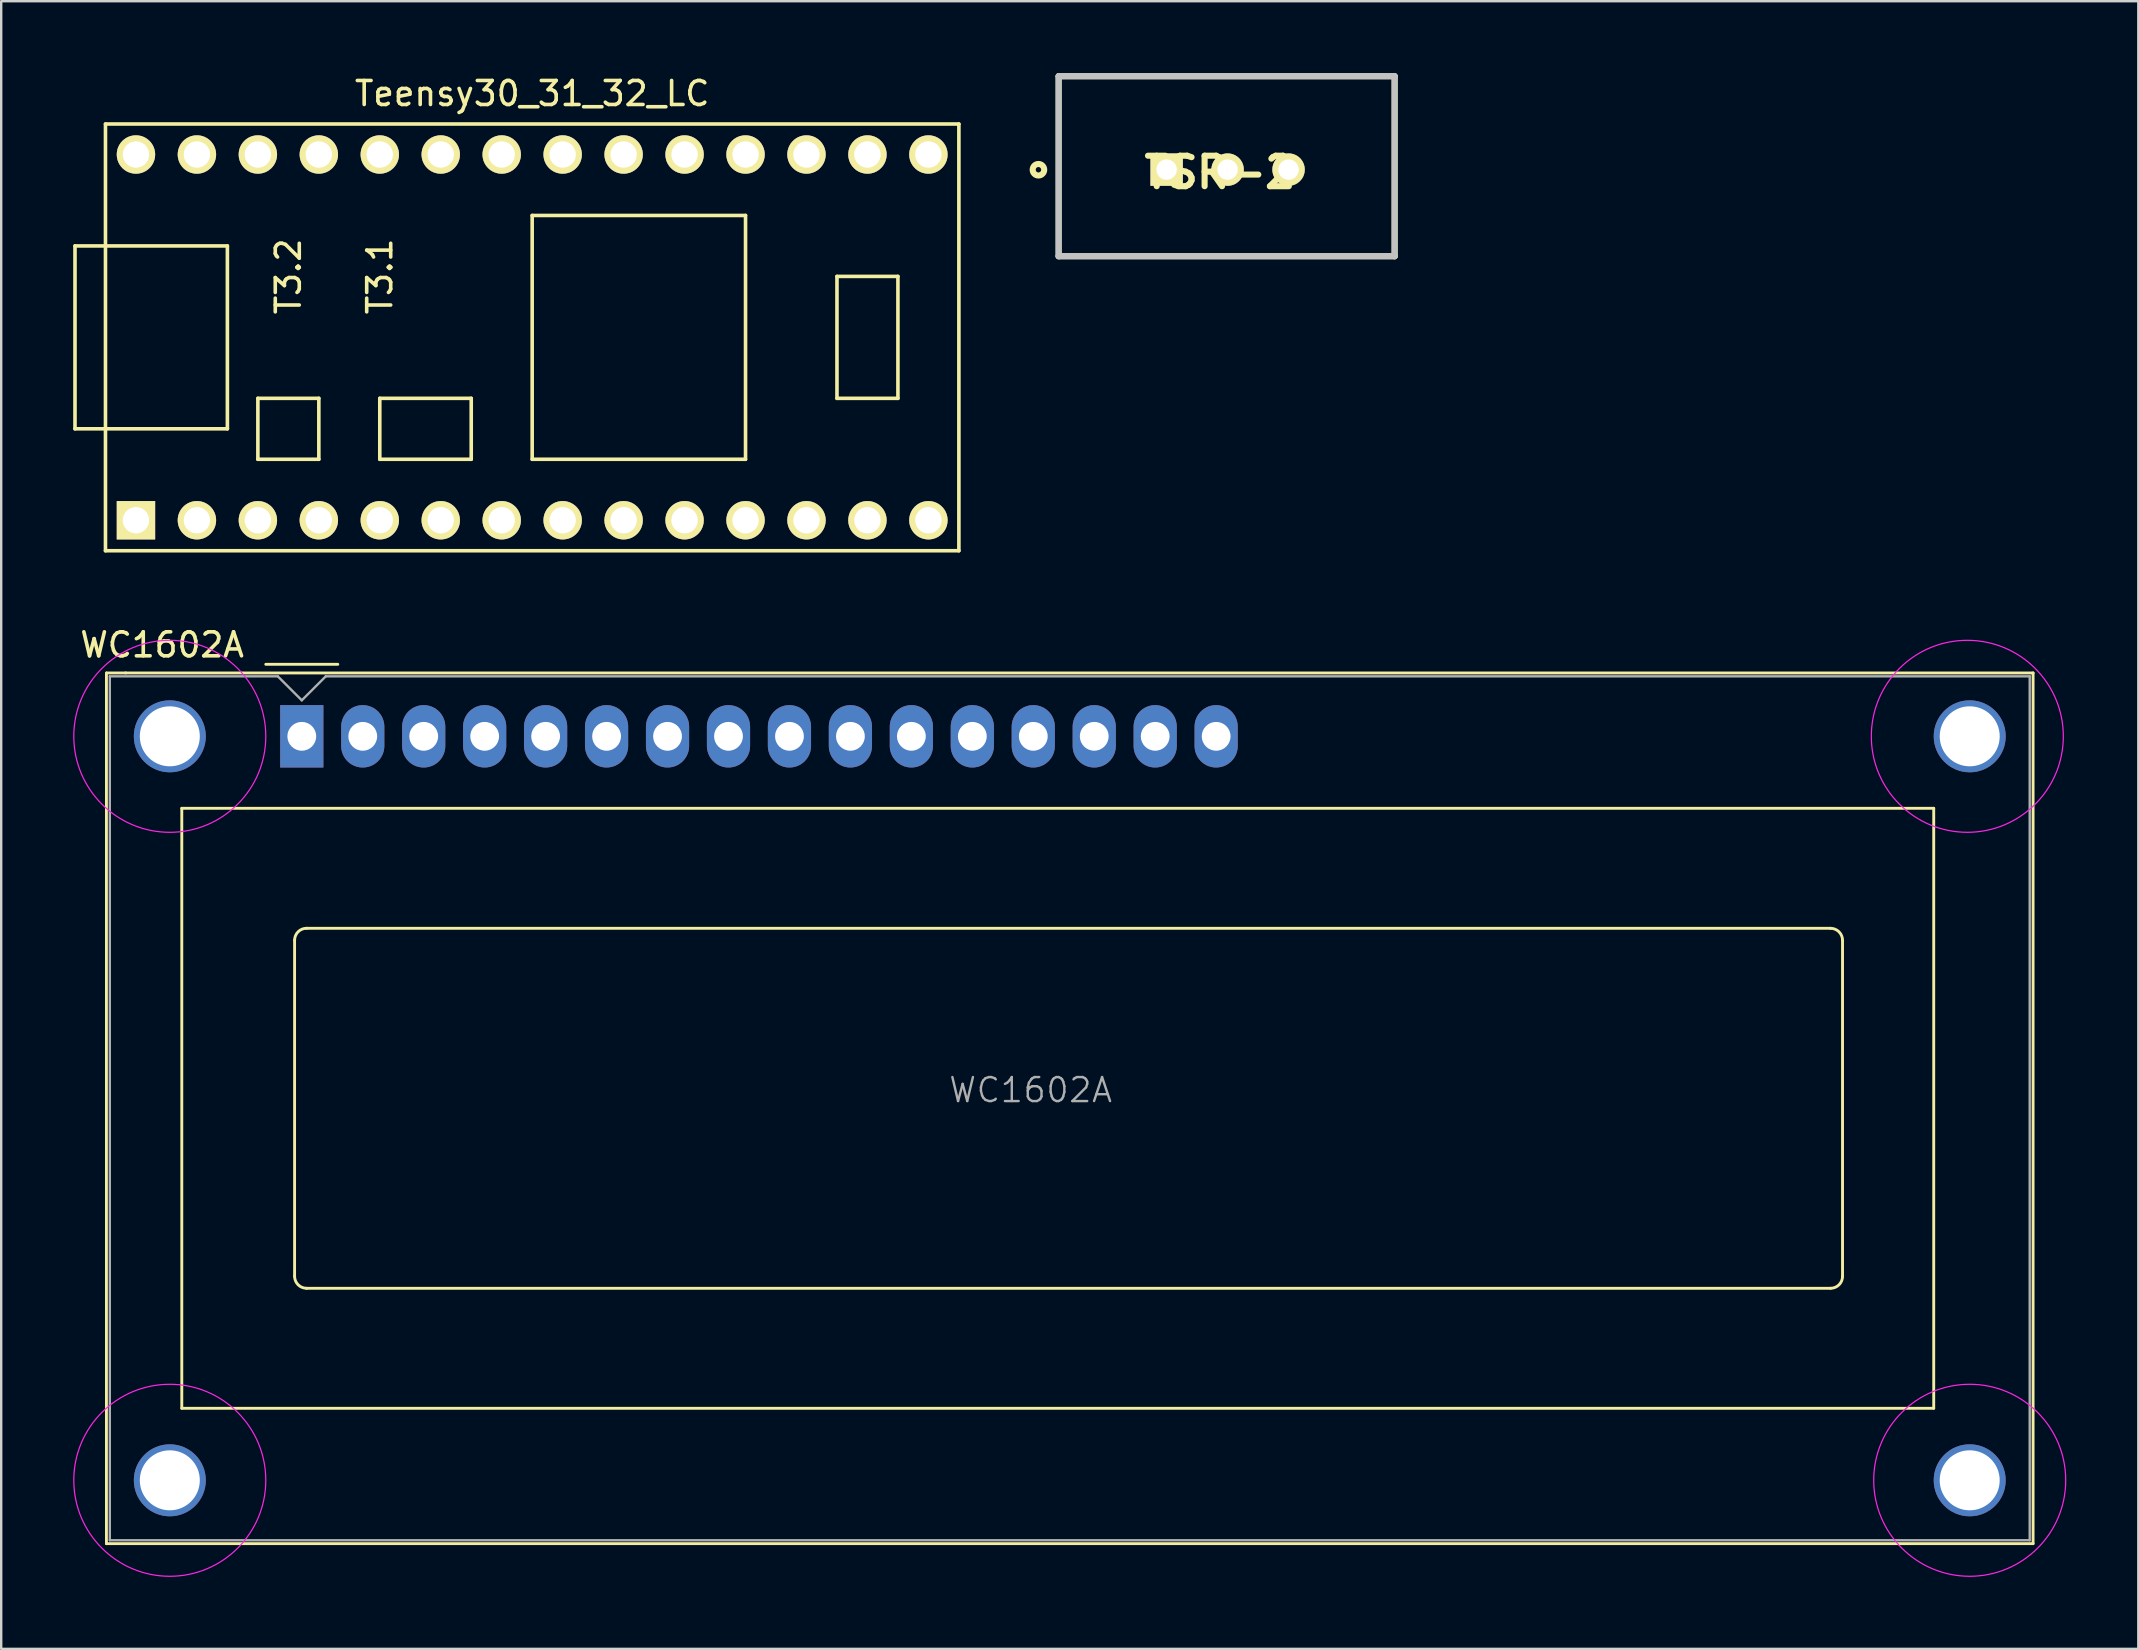
<source format=kicad_pcb>
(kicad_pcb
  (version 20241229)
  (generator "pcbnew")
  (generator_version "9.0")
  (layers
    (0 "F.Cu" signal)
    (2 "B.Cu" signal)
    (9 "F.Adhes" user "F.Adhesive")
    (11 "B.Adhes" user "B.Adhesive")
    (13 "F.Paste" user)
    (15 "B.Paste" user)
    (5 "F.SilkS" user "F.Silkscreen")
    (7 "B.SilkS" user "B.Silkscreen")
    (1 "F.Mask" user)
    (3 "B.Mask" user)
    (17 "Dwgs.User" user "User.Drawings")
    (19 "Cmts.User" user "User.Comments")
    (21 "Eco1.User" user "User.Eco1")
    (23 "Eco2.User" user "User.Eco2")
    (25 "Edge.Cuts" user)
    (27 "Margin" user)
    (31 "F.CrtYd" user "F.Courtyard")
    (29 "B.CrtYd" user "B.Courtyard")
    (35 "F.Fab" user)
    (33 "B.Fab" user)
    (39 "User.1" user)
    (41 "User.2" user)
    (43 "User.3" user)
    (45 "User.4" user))
  (footprint "Teensy30_31_32_LC"
    (layer "F.Cu")
    (at 19.125 11.008)
    (property "Reference" "Teensy30_31_32_LC" (at 0 -10.16 0) (layer "F.SilkS") (effects (font (size 1 1) (thickness 0.15))))
    (attr through_hole)
    (fp_line (start -19.05 -3.81) (end -17.78 -3.81) (stroke (width 0.15) (type solid)) (layer "F.SilkS"))
    (fp_line (start -19.05 3.81) (end -19.05 -3.81) (stroke (width 0.15) (type solid)) (layer "F.SilkS"))
    (fp_line (start -17.78 -8.89) (end 17.78 -8.89) (stroke (width 0.15) (type solid)) (layer "F.SilkS"))
    (fp_line (start -17.78 3.81) (end -19.05 3.81) (stroke (width 0.15) (type solid)) (layer "F.SilkS"))
    (fp_line (start -17.78 8.89) (end -17.78 -8.89) (stroke (width 0.15) (type solid)) (layer "F.SilkS"))
    (fp_line (start -12.7 -3.81) (end -17.78 -3.81) (stroke (width 0.15) (type solid)) (layer "F.SilkS"))
    (fp_line (start -12.7 3.81) (end -17.78 3.81) (stroke (width 0.15) (type solid)) (layer "F.SilkS"))
    (fp_line (start -12.7 3.81) (end -12.7 -3.81) (stroke (width 0.15) (type solid)) (layer "F.SilkS"))
    (fp_line (start -11.43 2.54) (end -11.43 5.08) (stroke (width 0.15) (type solid)) (layer "F.SilkS"))
    (fp_line (start -11.43 5.08) (end -8.89 5.08) (stroke (width 0.15) (type solid)) (layer "F.SilkS"))
    (fp_line (start -8.89 2.54) (end -11.43 2.54) (stroke (width 0.15) (type solid)) (layer "F.SilkS"))
    (fp_line (start -8.89 5.08) (end -8.89 2.54) (stroke (width 0.15) (type solid)) (layer "F.SilkS"))
    (fp_line (start -6.35 2.54) (end -6.35 5.08) (stroke (width 0.15) (type solid)) (layer "F.SilkS"))
    (fp_line (start -6.35 5.08) (end -2.54 5.08) (stroke (width 0.15) (type solid)) (layer "F.SilkS"))
    (fp_line (start -2.54 2.54) (end -6.35 2.54) (stroke (width 0.15) (type solid)) (layer "F.SilkS"))
    (fp_line (start -2.54 5.08) (end -2.54 2.54) (stroke (width 0.15) (type solid)) (layer "F.SilkS"))
    (fp_line (start 0 -5.08) (end 0 5.08) (stroke (width 0.15) (type solid)) (layer "F.SilkS"))
    (fp_line (start 8.89 -5.08) (end 0 -5.08) (stroke (width 0.15) (type solid)) (layer "F.SilkS"))
    (fp_line (start 8.89 5.08) (end 0 5.08) (stroke (width 0.15) (type solid)) (layer "F.SilkS"))
    (fp_line (start 8.89 5.08) (end 8.89 -5.08) (stroke (width 0.15) (type solid)) (layer "F.SilkS"))
    (fp_line (start 12.7 -2.54) (end 15.24 -2.54) (stroke (width 0.15) (type solid)) (layer "F.SilkS"))
    (fp_line (start 12.7 2.54) (end 12.7 -2.54) (stroke (width 0.15) (type solid)) (layer "F.SilkS"))
    (fp_line (start 15.24 -2.54) (end 15.24 2.54) (stroke (width 0.15) (type solid)) (layer "F.SilkS"))
    (fp_line (start 15.24 2.54) (end 12.7 2.54) (stroke (width 0.15) (type solid)) (layer "F.SilkS"))
    (fp_line (start 17.78 -8.89) (end 17.78 8.89) (stroke (width 0.15) (type solid)) (layer "F.SilkS"))
    (fp_line (start 17.78 8.89) (end -17.78 8.89) (stroke (width 0.15) (type solid)) (layer "F.SilkS"))
    (fp_text user "T3.2" (at -10.16 -2.54 90) (layer "F.SilkS") (effects (font (size 1 1) (thickness 0.15))))
    (fp_text user "T3.1" (at -6.35 -2.54 90) (layer "F.SilkS") (effects (font (size 1 1) (thickness 0.15))))
    (pad "1" thru_hole rect (at -16.51 7.62) (size 1.6 1.6) (drill 1.1) (layers "*.Cu" "*.Mask" "F.SilkS"))
    (pad "2" thru_hole circle (at -13.97 7.62) (size 1.6 1.6) (drill 1.1) (layers "*.Cu" "*.Mask" "F.SilkS"))
    (pad "3" thru_hole circle (at -11.43 7.62) (size 1.6 1.6) (drill 1.1) (layers "*.Cu" "*.Mask" "F.SilkS"))
    (pad "4" thru_hole circle (at -8.89 7.62) (size 1.6 1.6) (drill 1.1) (layers "*.Cu" "*.Mask" "F.SilkS"))
    (pad "5" thru_hole circle (at -6.35 7.62) (size 1.6 1.6) (drill 1.1) (layers "*.Cu" "*.Mask" "F.SilkS"))
    (pad "6" thru_hole circle (at -3.81 7.62) (size 1.6 1.6) (drill 1.1) (layers "*.Cu" "*.Mask" "F.SilkS"))
    (pad "7" thru_hole circle (at -1.27 7.62) (size 1.6 1.6) (drill 1.1) (layers "*.Cu" "*.Mask" "F.SilkS"))
    (pad "8" thru_hole circle (at 1.27 7.62) (size 1.6 1.6) (drill 1.1) (layers "*.Cu" "*.Mask" "F.SilkS"))
    (pad "9" thru_hole circle (at 3.81 7.62) (size 1.6 1.6) (drill 1.1) (layers "*.Cu" "*.Mask" "F.SilkS"))
    (pad "10" thru_hole circle (at 6.35 7.62) (size 1.6 1.6) (drill 1.1) (layers "*.Cu" "*.Mask" "F.SilkS"))
    (pad "11" thru_hole circle (at 8.89 7.62) (size 1.6 1.6) (drill 1.1) (layers "*.Cu" "*.Mask" "F.SilkS"))
    (pad "12" thru_hole circle (at 11.43 7.62) (size 1.6 1.6) (drill 1.1) (layers "*.Cu" "*.Mask" "F.SilkS"))
    (pad "13" thru_hole circle (at 13.97 7.62) (size 1.6 1.6) (drill 1.1) (layers "*.Cu" "*.Mask" "F.SilkS"))
    (pad "14" thru_hole circle (at 16.51 7.62) (size 1.6 1.6) (drill 1.1) (layers "*.Cu" "*.Mask" "F.SilkS"))
    (pad "20" thru_hole circle (at 16.51 -7.62) (size 1.6 1.6) (drill 1.1) (layers "*.Cu" "*.Mask" "F.SilkS"))
    (pad "21" thru_hole circle (at 13.97 -7.62) (size 1.6 1.6) (drill 1.1) (layers "*.Cu" "*.Mask" "F.SilkS"))
    (pad "22" thru_hole circle (at 11.43 -7.62) (size 1.6 1.6) (drill 1.1) (layers "*.Cu" "*.Mask" "F.SilkS"))
    (pad "23" thru_hole circle (at 8.89 -7.62) (size 1.6 1.6) (drill 1.1) (layers "*.Cu" "*.Mask" "F.SilkS"))
    (pad "24" thru_hole circle (at 6.35 -7.62) (size 1.6 1.6) (drill 1.1) (layers "*.Cu" "*.Mask" "F.SilkS"))
    (pad "25" thru_hole circle (at 3.81 -7.62) (size 1.6 1.6) (drill 1.1) (layers "*.Cu" "*.Mask" "F.SilkS"))
    (pad "26" thru_hole circle (at 1.27 -7.62) (size 1.6 1.6) (drill 1.1) (layers "*.Cu" "*.Mask" "F.SilkS"))
    (pad "27" thru_hole circle (at -1.27 -7.62) (size 1.6 1.6) (drill 1.1) (layers "*.Cu" "*.Mask" "F.SilkS"))
    (pad "28" thru_hole circle (at -3.81 -7.62) (size 1.6 1.6) (drill 1.1) (layers "*.Cu" "*.Mask" "F.SilkS"))
    (pad "29" thru_hole circle (at -6.35 -7.62) (size 1.6 1.6) (drill 1.1) (layers "*.Cu" "*.Mask" "F.SilkS"))
    (pad "30" thru_hole circle (at -8.89 -7.62) (size 1.6 1.6) (drill 1.1) (layers "*.Cu" "*.Mask" "F.SilkS"))
    (pad "31" thru_hole circle (at -11.43 -7.62) (size 1.6 1.6) (drill 1.1) (layers "*.Cu" "*.Mask" "F.SilkS"))
    (pad "32" thru_hole circle (at -13.97 -7.62) (size 1.6 1.6) (drill 1.1) (layers "*.Cu" "*.Mask" "F.SilkS"))
    (pad "33" thru_hole circle (at -16.51 -7.62) (size 1.6 1.6) (drill 1.1) (layers "*.Cu" "*.Mask" "F.SilkS")))
  (footprint "TSR-2"
    (layer "F.Cu")
    (at 45.562 4.017)
    (property "Reference" "TSR-2" (at 2.217 0.117 0) (layer "F.SilkS") (effects (font (size 1.27 1.27) (thickness 0.254))))
    (attr through_hole)
    (fp_line (start -4.5 -3.89) (end 9.5 -3.89) (stroke (width 0.254) (type solid)) (layer "F.SilkS"))
    (fp_line (start -4.5 3.61) (end -4.5 -3.89) (stroke (width 0.254) (type solid)) (layer "F.SilkS"))
    (fp_line (start 9.5 -3.89) (end 9.5 3.61) (stroke (width 0.254) (type solid)) (layer "F.SilkS"))
    (fp_line (start 9.5 3.61) (end -4.5 3.61) (stroke (width 0.254) (type solid)) (layer "F.SilkS"))
    (fp_circle (center -5.342 0.006) (end -5.455 0.006) (stroke (width 0.254) (type solid)) (fill no) (layer "F.SilkS"))
    (fp_line (start -4.5 -3.89) (end 9.5 -3.89) (stroke (width 0.254) (type solid)) (layer "Dwgs.User"))
    (fp_line (start -4.5 3.61) (end -4.5 -3.89) (stroke (width 0.254) (type solid)) (layer "Dwgs.User"))
    (fp_line (start 9.5 -3.89) (end 9.5 3.61) (stroke (width 0.254) (type solid)) (layer "Dwgs.User"))
    (fp_line (start 9.5 3.61) (end -4.5 3.61) (stroke (width 0.254) (type solid)) (layer "Dwgs.User"))
    (pad "1" thru_hole rect (at 0 0 90) (size 1.35 1.35) (drill 0.85) (layers "*.Cu" "*.Mask" "F.SilkS"))
    (pad "2" thru_hole circle (at 2.54 0 90) (size 1.35 1.35) (drill 0.85) (layers "*.Cu" "*.Mask" "F.SilkS"))
    (pad "3" thru_hole circle (at 5.08 0 90) (size 1.35 1.35) (drill 0.85) (layers "*.Cu" "*.Mask" "F.SilkS")))
  (footprint "WC1602A"
    (layer "F.Cu")
    (at 9.525 27.631)
    (property "Reference" "WC1602A" (at -5.82 -3.81 0) (layer "F.SilkS") (effects (font (size 1 1) (thickness 0.15))))
    (attr through_hole)
    (fp_line (start -8.14 -2.64) (end -8.14 33.64) (stroke (width 0.12) (type solid)) (layer "F.SilkS"))
    (fp_line (start -8.14 33.64) (end 72.14 33.64) (stroke (width 0.12) (type solid)) (layer "F.SilkS"))
    (fp_line (start -8.13 -2.64) (end -7.34 -2.64) (stroke (width 0.12) (type solid)) (layer "F.SilkS"))
    (fp_line (start -5 3) (end 68 3) (stroke (width 0.12) (type solid)) (layer "F.SilkS"))
    (fp_line (start -5 28) (end -5 3) (stroke (width 0.12) (type solid)) (layer "F.SilkS"))
    (fp_line (start -1.5 -3) (end 1.5 -3) (stroke (width 0.12) (type solid)) (layer "F.SilkS"))
    (fp_line (start -0.3 22.499) (end -0.3 8.5) (stroke (width 0.12) (type solid)) (layer "F.SilkS"))
    (fp_line (start 0.2 8) (end 63.7 8) (stroke (width 0.12) (type solid)) (layer "F.SilkS"))
    (fp_line (start 63.701 23) (end 0.2 23) (stroke (width 0.12) (type solid)) (layer "F.SilkS"))
    (fp_line (start 64.2 8.5) (end 64.2 22.5) (stroke (width 0.12) (type solid)) (layer "F.SilkS"))
    (fp_line (start 68 3) (end 68 28) (stroke (width 0.12) (type solid)) (layer "F.SilkS"))
    (fp_line (start 68 28) (end -5 28) (stroke (width 0.12) (type solid)) (layer "F.SilkS"))
    (fp_line (start 72.14 -2.64) (end -7.34 -2.64) (stroke (width 0.12) (type solid)) (layer "F.SilkS"))
    (fp_line (start 72.14 33.64) (end 72.14 -2.64) (stroke (width 0.12) (type solid)) (layer "F.SilkS"))
    (fp_arc (start -0.29972 8.49884) (mid -0.153162 8.145018) (end 0.20066 7.99846) (stroke (width 0.12) (type solid)) (layer "F.SilkS"))
    (fp_arc (start 0.20066 22.9997) (mid -0.153162 22.853142) (end -0.29972 22.49932) (stroke (width 0.12) (type solid)) (layer "F.SilkS"))
    (fp_arc (start 63.7 8) (mid 64.053553 8.146447) (end 64.2 8.5) (stroke (width 0.12) (type solid)) (layer "F.SilkS"))
    (fp_arc (start 64.20104 22.49932) (mid 64.054482 22.853142) (end 63.70066 22.9997) (stroke (width 0.12) (type solid)) (layer "F.SilkS"))
    (fp_circle (center -5.5 0) (end -1.5 0) (stroke (width 0.05) (type default)) (fill no) (layer "F.CrtYd"))
    (fp_circle (center -5.5 31) (end -1.5 31) (stroke (width 0.05) (type default)) (fill no) (layer "F.CrtYd"))
    (fp_circle (center 69.4 0) (end 65.4 0) (stroke (width 0.05) (type default)) (fill no) (layer "F.CrtYd"))
    (fp_circle (center 69.5 31) (end 65.5 31) (stroke (width 0.05) (type default)) (fill no) (layer "F.CrtYd"))
    (fp_line (start -8 33.5) (end -8 -2.5) (stroke (width 0.1) (type solid)) (layer "F.Fab"))
    (fp_line (start -1 -2.5) (end -8 -2.5) (stroke (width 0.1) (type solid)) (layer "F.Fab"))
    (fp_line (start 0 -1.5) (end -1 -2.5) (stroke (width 0.1) (type solid)) (layer "F.Fab"))
    (fp_line (start 1 -2.5) (end 0 -1.5) (stroke (width 0.1) (type solid)) (layer "F.Fab"))
    (fp_line (start 1 -2.5) (end 72 -2.5) (stroke (width 0.1) (type solid)) (layer "F.Fab"))
    (fp_line (start 72 -2.5) (end 72 33.5) (stroke (width 0.1) (type solid)) (layer "F.Fab"))
    (fp_line (start 72 33.5) (end -8 33.5) (stroke (width 0.1) (type solid)) (layer "F.Fab"))
    (fp_text user "${REFERENCE}" (at 30.37 14.74 0) (layer "F.Fab") (effects (font (size 1 1) (thickness 0.1))))
    (pad "" thru_hole circle (at -5.499 0) (size 3 3) (drill 2.5) (layers "*.Cu" "*.Mask"))
    (pad "" thru_hole circle (at -5.499 31.001) (size 3 3) (drill 2.5) (layers "*.Cu" "*.Mask"))
    (pad "" thru_hole circle (at 69.499 31.001) (size 3 3) (drill 2.5) (layers "*.Cu" "*.Mask"))
    (pad "" thru_hole circle (at 69.5 0) (size 3 3) (drill 2.5) (layers "*.Cu" "*.Mask"))
    (pad "1" thru_hole rect (at 0 0) (size 1.8 2.6) (drill 1.2) (layers "*.Cu" "*.Mask"))
    (pad "2" thru_hole oval (at 2.54 0) (size 1.8 2.6) (drill 1.2) (layers "*.Cu" "*.Mask"))
    (pad "3" thru_hole oval (at 5.08 0) (size 1.8 2.6) (drill 1.2) (layers "*.Cu" "*.Mask"))
    (pad "4" thru_hole oval (at 7.62 0) (size 1.8 2.6) (drill 1.2) (layers "*.Cu" "*.Mask"))
    (pad "5" thru_hole oval (at 10.16 0) (size 1.8 2.6) (drill 1.2) (layers "*.Cu" "*.Mask"))
    (pad "6" thru_hole oval (at 12.7 0) (size 1.8 2.6) (drill 1.2) (layers "*.Cu" "*.Mask"))
    (pad "7" thru_hole oval (at 15.24 0) (size 1.8 2.6) (drill 1.2) (layers "*.Cu" "*.Mask"))
    (pad "8" thru_hole oval (at 17.78 0) (size 1.8 2.6) (drill 1.2) (layers "*.Cu" "*.Mask"))
    (pad "9" thru_hole oval (at 20.32 0) (size 1.8 2.6) (drill 1.2) (layers "*.Cu" "*.Mask"))
    (pad "10" thru_hole oval (at 22.86 0) (size 1.8 2.6) (drill 1.2) (layers "*.Cu" "*.Mask"))
    (pad "11" thru_hole oval (at 25.4 0) (size 1.8 2.6) (drill 1.2) (layers "*.Cu" "*.Mask"))
    (pad "12" thru_hole oval (at 27.94 0) (size 1.8 2.6) (drill 1.2) (layers "*.Cu" "*.Mask"))
    (pad "13" thru_hole oval (at 30.48 0) (size 1.8 2.6) (drill 1.2) (layers "*.Cu" "*.Mask"))
    (pad "14" thru_hole oval (at 33.02 0) (size 1.8 2.6) (drill 1.2) (layers "*.Cu" "*.Mask"))
    (pad "15" thru_hole oval (at 35.56 0) (size 1.8 2.6) (drill 1.2) (layers "*.Cu" "*.Mask"))
    (pad "16" thru_hole oval (at 38.1 0) (size 1.8 2.6) (drill 1.2) (layers "*.Cu" "*.Mask")))
  (gr_rect
    (start -3 -3)
    (end 86.05 65.656)
    (stroke (width 0.1) (type default))
    (fill no)
    (layer "Edge.Cuts")))
</source>
